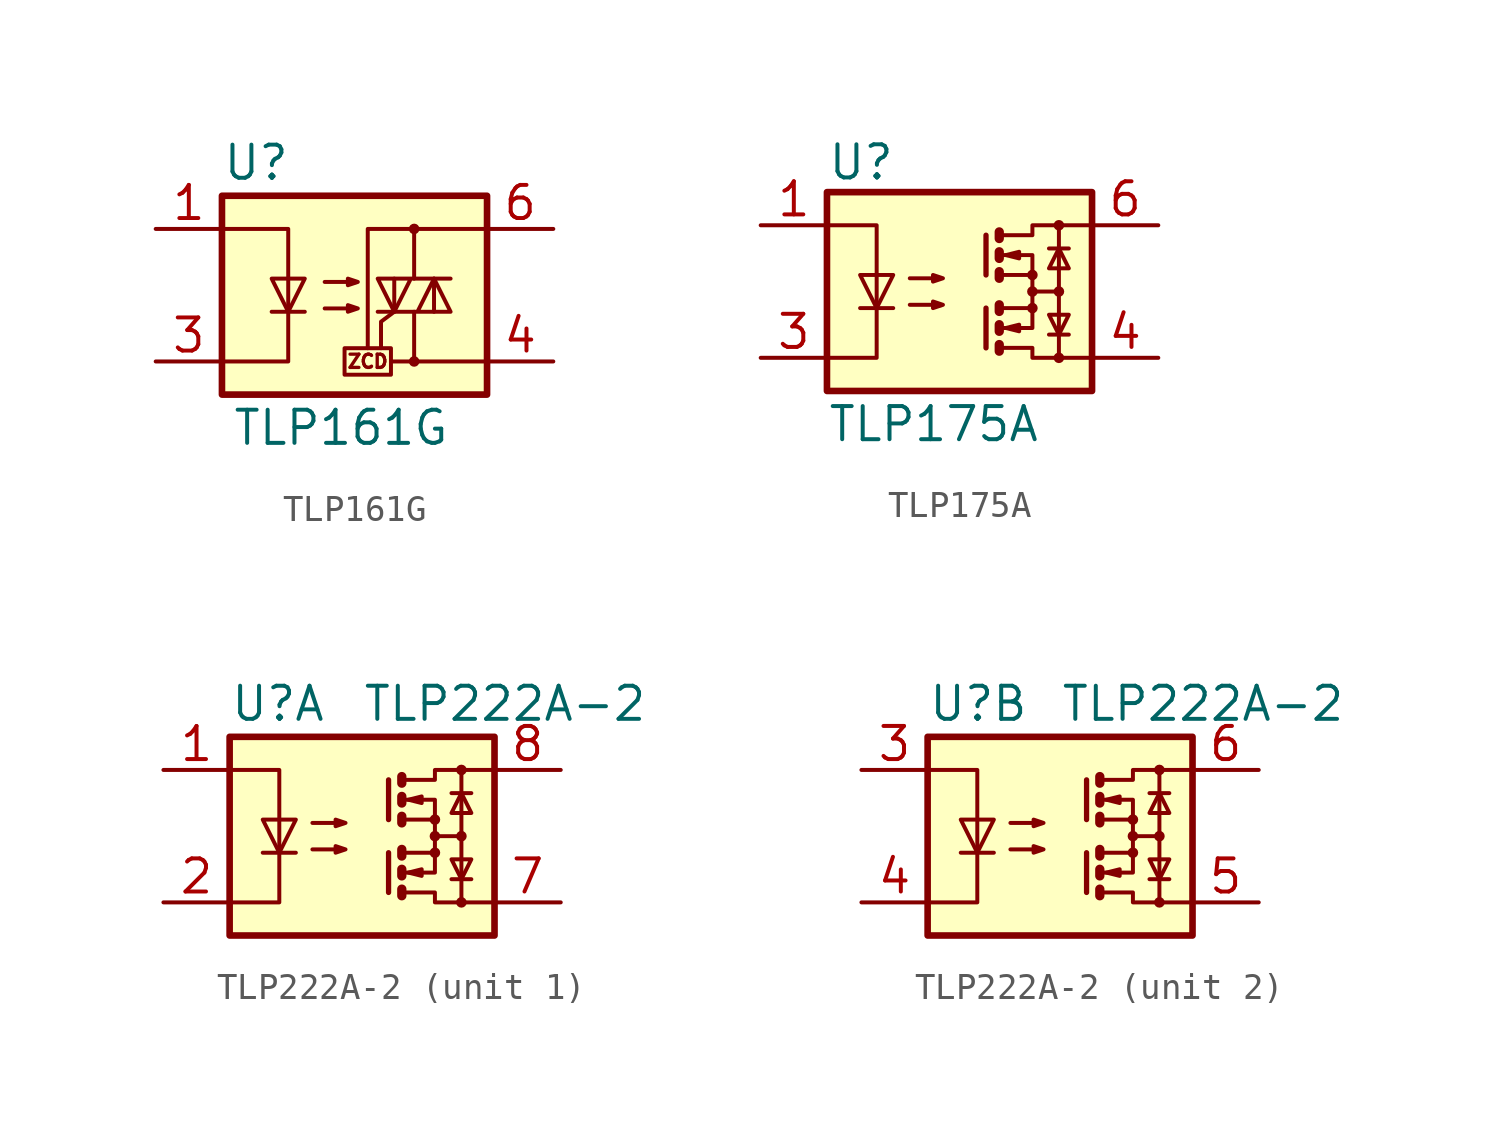
<source format=kicad_sym>
(kicad_symbol_lib
  (version 20211014)
  (generator kicad_symbol_editor)
  (symbol "TLP161G"
    (property "Reference" "U"
      (at -5.08 5.08 0)
      (effects (font (size 1.27 1.27)) (justify left)))
    (property "Value" "TLP161G"
      (at -4.699 -5.08 0)
      (effects (font (size 1.27 1.27)) (justify left)))
    (symbol "TLP161G_0_0"
      (rectangle (start -0.381 -2.032) (end 1.397 -3.048) (stroke (width 0) (type default) (color 0 0 0 0)) (fill (type none)))
      (polyline (pts (xy 2.286 -2.54) (xy 1.397 -2.54)) (stroke (width 0) (type default) (color 0 0 0 0)) (fill (type none)))
      (polyline (pts (xy 1.524 -0.635) (xy 1.016 -1.016) (xy 1.016 -2.032)) (stroke (width 0) (type default) (color 0 0 0 0)) (fill (type none)))
      (text "ZCD" (at 0.508 -2.54 0) (effects (font (size 0.508 0.508)))))
    (symbol "TLP161G_0_1"
      (rectangle (start -5.08 3.81) (end 5.08 -3.81) (stroke (width 0.254) (type default) (color 0 0 0 0)) (fill (type background)))
      (polyline (pts (xy -3.175 -0.635) (xy -1.905 -0.635)) (stroke (width 0) (type default) (color 0 0 0 0)) (fill (type none)))
      (polyline (pts (xy 1.524 -0.635) (xy 1.524 0.635)) (stroke (width 0) (type default) (color 0 0 0 0)) (fill (type none)))
      (polyline (pts (xy 3.048 0.635) (xy 3.048 -0.635)) (stroke (width 0) (type default) (color 0 0 0 0)) (fill (type none)))
      (polyline (pts (xy 2.286 -0.635) (xy 2.286 -2.54) (xy 5.08 -2.54)) (stroke (width 0) (type default) (color 0 0 0 0)) (fill (type none)))
      (polyline (pts (xy 2.286 0.635) (xy 2.286 2.54) (xy 5.08 2.54)) (stroke (width 0) (type default) (color 0 0 0 0)) (fill (type none)))
      (polyline (pts (xy 2.286 2.54) (xy 0.508 2.54) (xy 0.508 -2.032)) (stroke (width 0) (type default) (color 0 0 0 0)) (fill (type none)))
      (polyline (pts (xy -5.08 2.54) (xy -2.54 2.54) (xy -2.54 -2.54) (xy -5.08 -2.54)) (stroke (width 0) (type default) (color 0 0 0 0)) (fill (type none)))
      (polyline (pts (xy -2.54 -0.635) (xy -3.175 0.635) (xy -1.905 0.635) (xy -2.54 -0.635)) (stroke (width 0) (type default) (color 0 0 0 0)) (fill (type none)))
      (polyline (pts (xy 0.889 -0.635) (xy 3.683 -0.635) (xy 3.048 0.635) (xy 2.413 -0.635)) (stroke (width 0) (type default) (color 0 0 0 0)) (fill (type none)))
      (polyline (pts (xy 3.683 0.635) (xy 0.889 0.635) (xy 1.524 -0.635) (xy 2.159 0.635)) (stroke (width 0) (type default) (color 0 0 0 0)) (fill (type none)))
      (polyline (pts (xy -1.143 -0.508) (xy 0.127 -0.508) (xy -0.254 -0.635) (xy -0.254 -0.381) (xy 0.127 -0.508)) (stroke (width 0) (type default) (color 0 0 0 0)) (fill (type none)))
      (polyline (pts (xy -1.143 0.508) (xy 0.127 0.508) (xy -0.254 0.381) (xy -0.254 0.635) (xy 0.127 0.508)) (stroke (width 0) (type default) (color 0 0 0 0)) (fill (type none)))
      (circle (center 2.286 -2.54) (radius 0.127) (stroke (width 0) (type default) (color 0 0 0 0)) (fill (type none)))
      (circle (center 2.286 2.54) (radius 0.127) (stroke (width 0) (type default) (color 0 0 0 0)) (fill (type none))))
    (symbol "TLP161G_1_1"
      (pin passive line (at -7.62 2.54 0) (length 2.54) (name "~" (effects (font (size 1.27 1.27)))) (number "1" (effects (font (size 1.27 1.27)))))
      (pin passive line (at -7.62 -2.54 0) (length 2.54) (name "~" (effects (font (size 1.27 1.27)))) (number "3" (effects (font (size 1.27 1.27)))))
      (pin passive line (at 7.62 -2.54 180) (length 2.54) (name "~" (effects (font (size 1.27 1.27)))) (number "4" (effects (font (size 1.27 1.27)))))
      (pin passive line (at 7.62 2.54 180) (length 2.54) (name "~" (effects (font (size 1.27 1.27)))) (number "6" (effects (font (size 1.27 1.27)))))))
  (symbol "TLP175A"
    (property "Reference" "U"
      (at -5.08 4.953 0)
      (effects (font (size 1.27 1.27)) (justify left)))
    (property "Value" "TLP175A"
      (at -5.08 -5.08 0)
      (effects (font (size 1.27 1.27)) (justify left)))
    (symbol "TLP175A_0_1"
      (rectangle (start -5.08 3.81) (end 5.08 -3.81) (stroke (width 0.254) (type default) (color 0 0 0 0)) (fill (type background)))
      (polyline (pts (xy -3.81 -0.635) (xy -2.54 -0.635)) (stroke (width 0) (type default) (color 0 0 0 0)) (fill (type none)))
      (polyline (pts (xy 1.016 -0.635) (xy 1.016 -2.159)) (stroke (width 0.203) (type default) (color 0 0 0 0)) (fill (type none)))
      (polyline (pts (xy 1.016 2.159) (xy 1.016 0.635)) (stroke (width 0.203) (type default) (color 0 0 0 0)) (fill (type none)))
      (polyline (pts (xy 1.524 -0.508) (xy 1.524 -0.762)) (stroke (width 0.356) (type default) (color 0 0 0 0)) (fill (type none)))
      (polyline (pts (xy 2.794 0) (xy 3.81 0)) (stroke (width 0) (type default) (color 0 0 0 0)) (fill (type none)))
      (polyline (pts (xy 3.429 -1.651) (xy 4.191 -1.651)) (stroke (width 0) (type default) (color 0 0 0 0)) (fill (type none)))
      (polyline (pts (xy 3.429 1.651) (xy 4.191 1.651)) (stroke (width 0) (type default) (color 0 0 0 0)) (fill (type none)))
      (polyline (pts (xy 3.81 -2.54) (xy 3.81 2.54)) (stroke (width 0) (type default) (color 0 0 0 0)) (fill (type none)))
      (polyline (pts (xy 1.524 -2.032) (xy 1.524 -2.286) (xy 1.524 -2.286)) (stroke (width 0.356) (type default) (color 0 0 0 0)) (fill (type none)))
      (polyline (pts (xy 1.524 -1.27) (xy 1.524 -1.524) (xy 1.524 -1.524)) (stroke (width 0.356) (type default) (color 0 0 0 0)) (fill (type none)))
      (polyline (pts (xy 1.524 0.762) (xy 1.524 0.508) (xy 1.524 0.508)) (stroke (width 0.356) (type default) (color 0 0 0 0)) (fill (type none)))
      (polyline (pts (xy 1.524 1.524) (xy 1.524 1.27) (xy 1.524 1.27)) (stroke (width 0.356) (type default) (color 0 0 0 0)) (fill (type none)))
      (polyline (pts (xy 1.524 2.286) (xy 1.524 2.032) (xy 1.524 2.032)) (stroke (width 0.356) (type default) (color 0 0 0 0)) (fill (type none)))
      (polyline (pts (xy 1.651 -1.397) (xy 2.794 -1.397) (xy 2.794 -0.635)) (stroke (width 0) (type default) (color 0 0 0 0)) (fill (type none)))
      (polyline (pts (xy 1.651 1.397) (xy 2.794 1.397) (xy 2.794 0.635)) (stroke (width 0) (type default) (color 0 0 0 0)) (fill (type none)))
      (polyline (pts (xy -5.08 2.54) (xy -3.175 2.54) (xy -3.175 -2.54) (xy -5.08 -2.54)) (stroke (width 0) (type default) (color 0 0 0 0)) (fill (type none)))
      (polyline (pts (xy -3.175 -0.635) (xy -3.81 0.635) (xy -2.54 0.635) (xy -3.175 -0.635)) (stroke (width 0) (type default) (color 0 0 0 0)) (fill (type none)))
      (polyline (pts (xy 1.651 -2.159) (xy 2.794 -2.159) (xy 2.794 -2.54) (xy 5.08 -2.54)) (stroke (width 0) (type default) (color 0 0 0 0)) (fill (type none)))
      (polyline (pts (xy 1.651 -0.635) (xy 2.794 -0.635) (xy 2.794 0.635) (xy 1.651 0.635)) (stroke (width 0) (type default) (color 0 0 0 0)) (fill (type none)))
      (polyline (pts (xy 1.651 2.159) (xy 2.794 2.159) (xy 2.794 2.54) (xy 5.08 2.54)) (stroke (width 0) (type default) (color 0 0 0 0)) (fill (type none)))
      (polyline (pts (xy 1.778 -1.397) (xy 2.286 -1.27) (xy 2.286 -1.524) (xy 1.778 -1.397)) (stroke (width 0) (type default) (color 0 0 0 0)) (fill (type none)))
      (polyline (pts (xy 1.778 1.397) (xy 2.286 1.524) (xy 2.286 1.27) (xy 1.778 1.397)) (stroke (width 0) (type default) (color 0 0 0 0)) (fill (type none)))
      (polyline (pts (xy 3.81 -1.651) (xy 3.429 -0.889) (xy 4.191 -0.889) (xy 3.81 -1.651)) (stroke (width 0) (type default) (color 0 0 0 0)) (fill (type none)))
      (polyline (pts (xy 3.81 1.651) (xy 3.429 0.889) (xy 4.191 0.889) (xy 3.81 1.651)) (stroke (width 0) (type default) (color 0 0 0 0)) (fill (type none)))
      (polyline (pts (xy -1.905 -0.508) (xy -0.635 -0.508) (xy -1.016 -0.635) (xy -1.016 -0.381) (xy -0.635 -0.508)) (stroke (width 0) (type default) (color 0 0 0 0)) (fill (type none)))
      (polyline (pts (xy -1.905 0.508) (xy -0.635 0.508) (xy -1.016 0.381) (xy -1.016 0.635) (xy -0.635 0.508)) (stroke (width 0) (type default) (color 0 0 0 0)) (fill (type none)))
      (circle (center 2.794 -0.635) (radius 0.127) (stroke (width 0) (type default) (color 0 0 0 0)) (fill (type none)))
      (circle (center 2.794 0) (radius 0.127) (stroke (width 0) (type default) (color 0 0 0 0)) (fill (type none)))
      (circle (center 2.794 0.635) (radius 0.127) (stroke (width 0) (type default) (color 0 0 0 0)) (fill (type none)))
      (circle (center 3.81 -2.54) (radius 0.127) (stroke (width 0) (type default) (color 0 0 0 0)) (fill (type none)))
      (circle (center 3.81 0) (radius 0.127) (stroke (width 0) (type default) (color 0 0 0 0)) (fill (type none)))
      (circle (center 3.81 2.54) (radius 0.127) (stroke (width 0) (type default) (color 0 0 0 0)) (fill (type none))))
    (symbol "TLP175A_1_1"
      (pin passive line (at -7.62 2.54 0) (length 2.54) (name "~" (effects (font (size 1.27 1.27)))) (number "1" (effects (font (size 1.27 1.27)))))
      (pin passive line (at -7.62 -2.54 0) (length 2.54) (name "~" (effects (font (size 1.27 1.27)))) (number "3" (effects (font (size 1.27 1.27)))))
      (pin passive line (at 7.62 -2.54 180) (length 2.54) (name "~" (effects (font (size 1.27 1.27)))) (number "4" (effects (font (size 1.27 1.27)))))
      (pin passive line (at 7.62 2.54 180) (length 2.54) (name "~" (effects (font (size 1.27 1.27)))) (number "6" (effects (font (size 1.27 1.27)))))))
  (symbol "TLP222A-2"
    (property "Reference" "U"
      (at -5.08 5.08 0)
      (effects (font (size 1.27 1.27)) (justify left)))
    (property "Value" "TLP222A-2"
      (at 0 5.08 0)
      (effects (font (size 1.27 1.27)) (justify left)))
    (symbol "TLP222A-2_0_1"
      (rectangle (start -5.08 3.81) (end 5.08 -3.81) (stroke (width 0.254) (type default) (color 0 0 0 0)) (fill (type background)))
      (polyline (pts (xy -3.81 -0.635) (xy -2.54 -0.635)) (stroke (width 0) (type default) (color 0 0 0 0)) (fill (type none)))
      (polyline (pts (xy 1.016 -0.635) (xy 1.016 -2.159)) (stroke (width 0.203) (type default) (color 0 0 0 0)) (fill (type none)))
      (polyline (pts (xy 1.016 2.159) (xy 1.016 0.635)) (stroke (width 0.203) (type default) (color 0 0 0 0)) (fill (type none)))
      (polyline (pts (xy 1.524 -0.508) (xy 1.524 -0.762)) (stroke (width 0.356) (type default) (color 0 0 0 0)) (fill (type none)))
      (polyline (pts (xy 2.794 0) (xy 3.81 0)) (stroke (width 0) (type default) (color 0 0 0 0)) (fill (type none)))
      (polyline (pts (xy 3.429 -1.651) (xy 4.191 -1.651)) (stroke (width 0) (type default) (color 0 0 0 0)) (fill (type none)))
      (polyline (pts (xy 3.429 1.651) (xy 4.191 1.651)) (stroke (width 0) (type default) (color 0 0 0 0)) (fill (type none)))
      (polyline (pts (xy 3.81 -2.54) (xy 3.81 2.54)) (stroke (width 0) (type default) (color 0 0 0 0)) (fill (type none)))
      (polyline (pts (xy 1.524 -2.032) (xy 1.524 -2.286) (xy 1.524 -2.286)) (stroke (width 0.356) (type default) (color 0 0 0 0)) (fill (type none)))
      (polyline (pts (xy 1.524 -1.27) (xy 1.524 -1.524) (xy 1.524 -1.524)) (stroke (width 0.356) (type default) (color 0 0 0 0)) (fill (type none)))
      (polyline (pts (xy 1.524 0.762) (xy 1.524 0.508) (xy 1.524 0.508)) (stroke (width 0.356) (type default) (color 0 0 0 0)) (fill (type none)))
      (polyline (pts (xy 1.524 1.524) (xy 1.524 1.27) (xy 1.524 1.27)) (stroke (width 0.356) (type default) (color 0 0 0 0)) (fill (type none)))
      (polyline (pts (xy 1.524 2.286) (xy 1.524 2.032) (xy 1.524 2.032)) (stroke (width 0.356) (type default) (color 0 0 0 0)) (fill (type none)))
      (polyline (pts (xy 1.651 -1.397) (xy 2.794 -1.397) (xy 2.794 -0.635)) (stroke (width 0) (type default) (color 0 0 0 0)) (fill (type none)))
      (polyline (pts (xy 1.651 1.397) (xy 2.794 1.397) (xy 2.794 0.635)) (stroke (width 0) (type default) (color 0 0 0 0)) (fill (type none)))
      (polyline (pts (xy -5.08 2.54) (xy -3.175 2.54) (xy -3.175 -2.54) (xy -5.08 -2.54)) (stroke (width 0) (type default) (color 0 0 0 0)) (fill (type none)))
      (polyline (pts (xy -3.175 -0.635) (xy -3.81 0.635) (xy -2.54 0.635) (xy -3.175 -0.635)) (stroke (width 0) (type default) (color 0 0 0 0)) (fill (type none)))
      (polyline (pts (xy 1.651 -2.159) (xy 2.794 -2.159) (xy 2.794 -2.54) (xy 5.08 -2.54)) (stroke (width 0) (type default) (color 0 0 0 0)) (fill (type none)))
      (polyline (pts (xy 1.651 -0.635) (xy 2.794 -0.635) (xy 2.794 0.635) (xy 1.651 0.635)) (stroke (width 0) (type default) (color 0 0 0 0)) (fill (type none)))
      (polyline (pts (xy 1.651 2.159) (xy 2.794 2.159) (xy 2.794 2.54) (xy 5.08 2.54)) (stroke (width 0) (type default) (color 0 0 0 0)) (fill (type none)))
      (polyline (pts (xy 1.778 -1.397) (xy 2.286 -1.27) (xy 2.286 -1.524) (xy 1.778 -1.397)) (stroke (width 0) (type default) (color 0 0 0 0)) (fill (type none)))
      (polyline (pts (xy 1.778 1.397) (xy 2.286 1.524) (xy 2.286 1.27) (xy 1.778 1.397)) (stroke (width 0) (type default) (color 0 0 0 0)) (fill (type none)))
      (polyline (pts (xy 3.81 -1.651) (xy 3.429 -0.889) (xy 4.191 -0.889) (xy 3.81 -1.651)) (stroke (width 0) (type default) (color 0 0 0 0)) (fill (type none)))
      (polyline (pts (xy 3.81 1.651) (xy 3.429 0.889) (xy 4.191 0.889) (xy 3.81 1.651)) (stroke (width 0) (type default) (color 0 0 0 0)) (fill (type none)))
      (polyline (pts (xy -1.905 -0.508) (xy -0.635 -0.508) (xy -1.016 -0.635) (xy -1.016 -0.381) (xy -0.635 -0.508)) (stroke (width 0) (type default) (color 0 0 0 0)) (fill (type none)))
      (polyline (pts (xy -1.905 0.508) (xy -0.635 0.508) (xy -1.016 0.381) (xy -1.016 0.635) (xy -0.635 0.508)) (stroke (width 0) (type default) (color 0 0 0 0)) (fill (type none)))
      (circle (center 2.794 -0.635) (radius 0.127) (stroke (width 0) (type default) (color 0 0 0 0)) (fill (type none)))
      (circle (center 2.794 0) (radius 0.127) (stroke (width 0) (type default) (color 0 0 0 0)) (fill (type none)))
      (circle (center 2.794 0.635) (radius 0.127) (stroke (width 0) (type default) (color 0 0 0 0)) (fill (type none)))
      (circle (center 3.81 -2.54) (radius 0.127) (stroke (width 0) (type default) (color 0 0 0 0)) (fill (type none)))
      (circle (center 3.81 0) (radius 0.127) (stroke (width 0) (type default) (color 0 0 0 0)) (fill (type none)))
      (circle (center 3.81 2.54) (radius 0.127) (stroke (width 0) (type default) (color 0 0 0 0)) (fill (type none))))
    (symbol "TLP222A-2_1_1"
      (pin passive line (at -7.62 2.54 0) (length 2.54) (name "~" (effects (font (size 1.27 1.27)))) (number "1" (effects (font (size 1.27 1.27)))))
      (pin passive line (at -7.62 -2.54 0) (length 2.54) (name "~" (effects (font (size 1.27 1.27)))) (number "2" (effects (font (size 1.27 1.27)))))
      (pin passive line (at 7.62 -2.54 180) (length 2.54) (name "~" (effects (font (size 1.27 1.27)))) (number "7" (effects (font (size 1.27 1.27)))))
      (pin passive line (at 7.62 2.54 180) (length 2.54) (name "~" (effects (font (size 1.27 1.27)))) (number "8" (effects (font (size 1.27 1.27))))))
    (symbol "TLP222A-2_2_1"
      (pin passive line (at -7.62 2.54 0) (length 2.54) (name "~" (effects (font (size 1.27 1.27)))) (number "3" (effects (font (size 1.27 1.27)))))
      (pin passive line (at -7.62 -2.54 0) (length 2.54) (name "~" (effects (font (size 1.27 1.27)))) (number "4" (effects (font (size 1.27 1.27)))))
      (pin passive line (at 7.62 -2.54 180) (length 2.54) (name "~" (effects (font (size 1.27 1.27)))) (number "5" (effects (font (size 1.27 1.27)))))
      (pin passive line (at 7.62 2.54 180) (length 2.54) (name "~" (effects (font (size 1.27 1.27)))) (number "6" (effects (font (size 1.27 1.27))))))))
</source>
